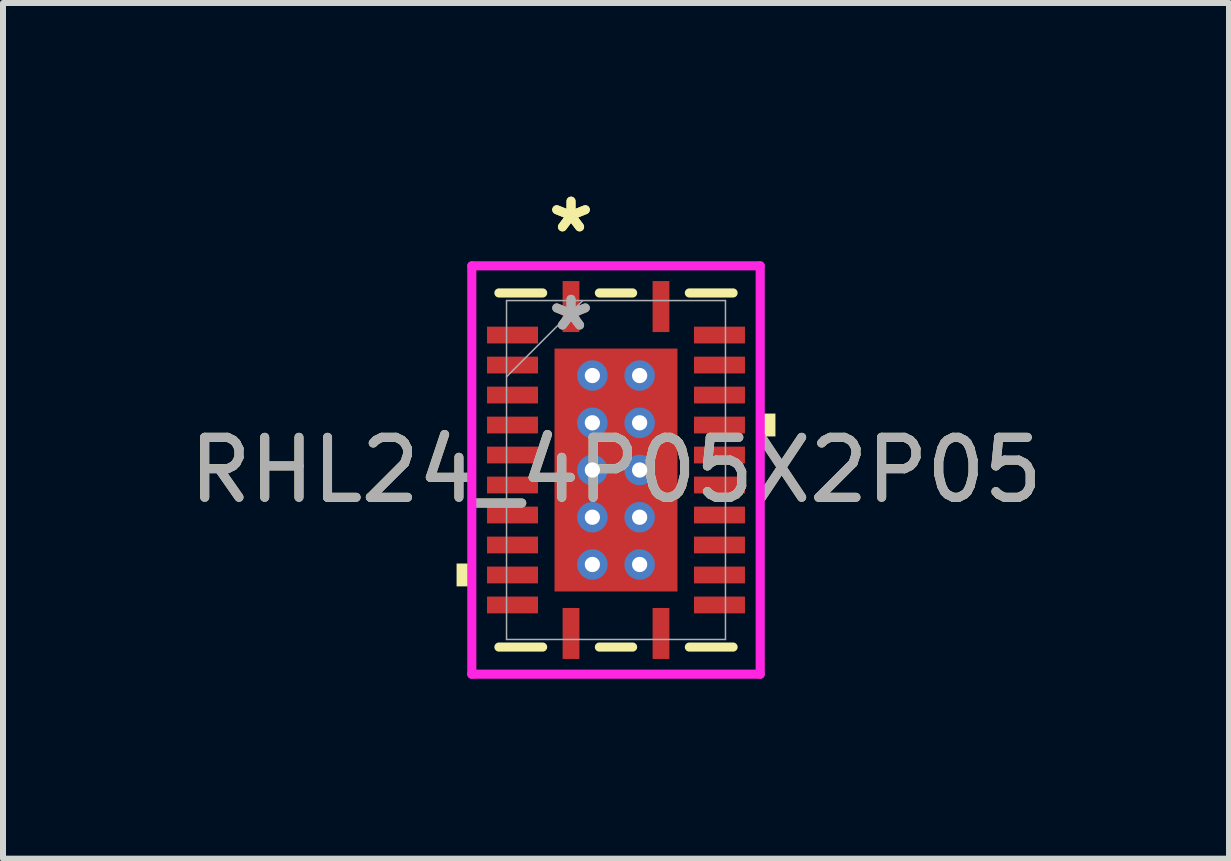
<source format=kicad_pcb>
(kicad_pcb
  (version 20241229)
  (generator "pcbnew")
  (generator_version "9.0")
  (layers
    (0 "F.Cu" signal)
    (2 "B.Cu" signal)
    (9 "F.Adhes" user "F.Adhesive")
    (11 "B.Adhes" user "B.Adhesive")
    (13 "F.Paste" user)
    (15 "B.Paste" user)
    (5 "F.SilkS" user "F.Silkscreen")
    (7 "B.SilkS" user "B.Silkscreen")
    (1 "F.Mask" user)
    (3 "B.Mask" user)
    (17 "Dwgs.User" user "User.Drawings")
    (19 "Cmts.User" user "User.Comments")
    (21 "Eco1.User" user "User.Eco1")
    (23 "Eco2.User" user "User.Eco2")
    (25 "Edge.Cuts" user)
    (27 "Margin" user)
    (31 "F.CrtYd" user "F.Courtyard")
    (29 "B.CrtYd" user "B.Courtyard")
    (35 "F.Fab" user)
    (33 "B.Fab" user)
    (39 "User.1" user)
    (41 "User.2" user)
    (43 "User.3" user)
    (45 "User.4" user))
  (footprint "RHL24_4P05X2P05"
    (layer "F.Cu")
    (at 7.22 4.786)
    (property "Reference" "RHL24_4P05X2P05" (at 0 0 0) (unlocked yes) (layer "F.SilkS") (effects (font (size 1 1) (thickness 0.15))))
    (attr smd)
    (fp_poly (pts (xy -2.22 -2.46) (xy -2.22 -2.04) (xy -1.23 -2.04) (xy -1.23 -2.46)) (stroke (width 0) (type solid)) (fill yes) (layer "F.Mask"))
    (fp_poly (pts (xy -2.22 -1.96) (xy -2.22 -1.54) (xy -1.23 -1.54) (xy -1.23 -1.96)) (stroke (width 0) (type solid)) (fill yes) (layer "F.Mask"))
    (fp_poly (pts (xy -2.22 -1.46) (xy -2.22 -1.04) (xy -1.23 -1.04) (xy -1.23 -1.46)) (stroke (width 0) (type solid)) (fill yes) (layer "F.Mask"))
    (fp_poly (pts (xy -2.22 -0.96) (xy -2.22 -0.54) (xy -1.23 -0.54) (xy -1.23 -0.96)) (stroke (width 0) (type solid)) (fill yes) (layer "F.Mask"))
    (fp_poly (pts (xy -2.22 -0.46) (xy -2.22 -0.04) (xy -1.23 -0.04) (xy -1.23 -0.46)) (stroke (width 0) (type solid)) (fill yes) (layer "F.Mask"))
    (fp_poly (pts (xy -2.22 0.04) (xy -2.22 0.46) (xy -1.23 0.46) (xy -1.23 0.04)) (stroke (width 0) (type solid)) (fill yes) (layer "F.Mask"))
    (fp_poly (pts (xy -2.22 0.54) (xy -2.22 0.96) (xy -1.23 0.96) (xy -1.23 0.54)) (stroke (width 0) (type solid)) (fill yes) (layer "F.Mask"))
    (fp_poly (pts (xy -2.22 1.04) (xy -2.22 1.46) (xy -1.23 1.46) (xy -1.23 1.04)) (stroke (width 0) (type solid)) (fill yes) (layer "F.Mask"))
    (fp_poly (pts (xy -2.22 1.54) (xy -2.22 1.96) (xy -1.23 1.96) (xy -1.23 1.54)) (stroke (width 0) (type solid)) (fill yes) (layer "F.Mask"))
    (fp_poly (pts (xy -2.22 2.04) (xy -2.22 2.46) (xy -1.23 2.46) (xy -1.23 2.04)) (stroke (width 0) (type solid)) (fill yes) (layer "F.Mask"))
    (fp_poly (pts (xy -1.089 -2.088) (xy -0.594 -2.088) (xy -0.594 2.088) (xy -1.089 2.088)) (stroke (width 0) (type solid)) (fill yes) (layer "F.Mask"))
    (fp_poly (pts (xy -1.089 -2.088) (xy 1.089 -2.088) (xy 1.089 -1.775) (xy -1.089 -1.775)) (stroke (width 0) (type solid)) (fill yes) (layer "F.Mask"))
    (fp_poly (pts (xy -1.089 -1.375) (xy 1.089 -1.375) (xy 1.089 -0.987) (xy -1.089 -0.987)) (stroke (width 0) (type solid)) (fill yes) (layer "F.Mask"))
    (fp_poly (pts (xy -1.089 -0.587) (xy 1.089 -0.587) (xy 1.089 -0.2) (xy -1.089 -0.2)) (stroke (width 0) (type solid)) (fill yes) (layer "F.Mask"))
    (fp_poly (pts (xy -1.089 0.2) (xy 1.089 0.2) (xy 1.089 0.587) (xy -1.089 0.587)) (stroke (width 0) (type solid)) (fill yes) (layer "F.Mask"))
    (fp_poly (pts (xy -1.089 0.987) (xy 1.089 0.987) (xy 1.089 1.375) (xy -1.089 1.375)) (stroke (width 0) (type solid)) (fill yes) (layer "F.Mask"))
    (fp_poly (pts (xy -1.089 1.775) (xy 1.089 1.775) (xy 1.089 2.088) (xy -1.089 2.088)) (stroke (width 0) (type solid)) (fill yes) (layer "F.Mask"))
    (fp_poly (pts (xy -0.96 -3.22) (xy -0.96 -2.23) (xy -0.54 -2.23) (xy -0.54 -3.22)) (stroke (width 0) (type solid)) (fill yes) (layer "F.Mask"))
    (fp_poly (pts (xy -0.96 2.23) (xy -0.96 3.22) (xy -0.54 3.22) (xy -0.54 2.23)) (stroke (width 0) (type solid)) (fill yes) (layer "F.Mask"))
    (fp_poly (pts (xy 0.194 -2.088) (xy -0.194 -2.088) (xy -0.194 2.088) (xy 0.194 2.088)) (stroke (width 0) (type solid)) (fill yes) (layer "F.Mask"))
    (fp_poly (pts (xy 0.54 -3.22) (xy 0.54 -2.23) (xy 0.96 -2.23) (xy 0.96 -3.22)) (stroke (width 0) (type solid)) (fill yes) (layer "F.Mask"))
    (fp_poly (pts (xy 0.54 2.23) (xy 0.54 3.22) (xy 0.96 3.22) (xy 0.96 2.23)) (stroke (width 0) (type solid)) (fill yes) (layer "F.Mask"))
    (fp_poly (pts (xy 0.594 -2.088) (xy 1.089 -2.088) (xy 1.089 2.088) (xy 0.594 2.088)) (stroke (width 0) (type solid)) (fill yes) (layer "F.Mask"))
    (fp_poly (pts (xy 1.23 -2.46) (xy 1.23 -2.04) (xy 2.22 -2.04) (xy 2.22 -2.46)) (stroke (width 0) (type solid)) (fill yes) (layer "F.Mask"))
    (fp_poly (pts (xy 1.23 -1.96) (xy 1.23 -1.54) (xy 2.22 -1.54) (xy 2.22 -1.96)) (stroke (width 0) (type solid)) (fill yes) (layer "F.Mask"))
    (fp_poly (pts (xy 1.23 -1.46) (xy 1.23 -1.04) (xy 2.22 -1.04) (xy 2.22 -1.46)) (stroke (width 0) (type solid)) (fill yes) (layer "F.Mask"))
    (fp_poly (pts (xy 1.23 -0.96) (xy 1.23 -0.54) (xy 2.22 -0.54) (xy 2.22 -0.96)) (stroke (width 0) (type solid)) (fill yes) (layer "F.Mask"))
    (fp_poly (pts (xy 1.23 -0.46) (xy 1.23 -0.04) (xy 2.22 -0.04) (xy 2.22 -0.46)) (stroke (width 0) (type solid)) (fill yes) (layer "F.Mask"))
    (fp_poly (pts (xy 1.23 0.04) (xy 1.23 0.46) (xy 2.22 0.46) (xy 2.22 0.04)) (stroke (width 0) (type solid)) (fill yes) (layer "F.Mask"))
    (fp_poly (pts (xy 1.23 0.54) (xy 1.23 0.96) (xy 2.22 0.96) (xy 2.22 0.54)) (stroke (width 0) (type solid)) (fill yes) (layer "F.Mask"))
    (fp_poly (pts (xy 1.23 1.04) (xy 1.23 1.46) (xy 2.22 1.46) (xy 2.22 1.04)) (stroke (width 0) (type solid)) (fill yes) (layer "F.Mask"))
    (fp_poly (pts (xy 1.23 1.54) (xy 1.23 1.96) (xy 2.22 1.96) (xy 2.22 1.54)) (stroke (width 0) (type solid)) (fill yes) (layer "F.Mask"))
    (fp_poly (pts (xy 1.23 2.04) (xy 1.23 2.46) (xy 2.22 2.46) (xy 2.22 2.04)) (stroke (width 0) (type solid)) (fill yes) (layer "F.Mask"))
    (fp_poly (pts (xy 0.375 -2.025) (xy 0.375 -3.15) (xy 0.16 -3.15) (xy 0.16 -2.425) (xy -0.16 -2.425) (xy -0.16 -3.15) (xy -0.375 -3.15) (xy -0.375 -2.025)) (stroke (width 0) (type solid)) (fill yes) (layer "F.Mask"))
    (fp_poly (pts (xy 0.375 -2.025) (xy 0.375 -3.15) (xy 0.16 -3.15) (xy 0.16 -2.425) (xy -0.16 -2.425) (xy -0.16 -3.15) (xy -0.375 -3.15) (xy -0.375 -2.025)) (stroke (width 0) (type solid)) (fill yes) (layer "F.Mask"))
    (fp_poly (pts (xy 0.375 2.025) (xy 0.375 3.15) (xy 0.16 3.15) (xy 0.16 2.425) (xy -0.16 2.425) (xy -0.16 3.15) (xy -0.375 3.15) (xy -0.375 2.025)) (stroke (width 0) (type solid)) (fill yes) (layer "F.Mask"))
    (fp_poly (pts (xy 0.375 2.025) (xy 0.375 3.15) (xy 0.16 3.15) (xy 0.16 2.425) (xy -0.16 2.425) (xy -0.16 3.15) (xy -0.375 3.15) (xy -0.375 2.025)) (stroke (width 0) (type solid)) (fill yes) (layer "F.Mask"))
    (fp_line (start -1.952 2.952) (end -1.223 2.952) (stroke (width 0.152) (type solid)) (layer "F.SilkS"))
    (fp_line (start -1.223 -2.952) (end -1.952 -2.952) (stroke (width 0.152) (type solid)) (layer "F.SilkS"))
    (fp_line (start -0.277 2.952) (end 0.277 2.952) (stroke (width 0.152) (type solid)) (layer "F.SilkS"))
    (fp_line (start 0.277 -2.952) (end -0.277 -2.952) (stroke (width 0.152) (type solid)) (layer "F.SilkS"))
    (fp_line (start 1.223 2.952) (end 1.952 2.952) (stroke (width 0.152) (type solid)) (layer "F.SilkS"))
    (fp_line (start 1.952 -2.952) (end 1.223 -2.952) (stroke (width 0.152) (type solid)) (layer "F.SilkS"))
    (fp_poly (pts (xy -2.658 1.559) (xy -2.658 1.94) (xy -2.404 1.94) (xy -2.404 1.559)) (stroke (width 0) (type solid)) (fill yes) (layer "F.SilkS"))
    (fp_poly (pts (xy 2.658 -0.941) (xy 2.658 -0.56) (xy 2.404 -0.56) (xy 2.404 -0.941)) (stroke (width 0) (type solid)) (fill yes) (layer "F.SilkS"))
    (fp_poly (pts (xy -2.125 -2.365) (xy -2.125 -2.135) (xy -1.325 -2.135) (xy -1.325 -2.365)) (stroke (width 0) (type solid)) (fill yes) (layer "F.Paste"))
    (fp_poly (pts (xy -2.125 -1.865) (xy -2.125 -1.635) (xy -1.325 -1.635) (xy -1.325 -1.865)) (stroke (width 0) (type solid)) (fill yes) (layer "F.Paste"))
    (fp_poly (pts (xy -2.125 -1.365) (xy -2.125 -1.135) (xy -1.325 -1.135) (xy -1.325 -1.365)) (stroke (width 0) (type solid)) (fill yes) (layer "F.Paste"))
    (fp_poly (pts (xy -2.125 -0.865) (xy -2.125 -0.635) (xy -1.325 -0.635) (xy -1.325 -0.865)) (stroke (width 0) (type solid)) (fill yes) (layer "F.Paste"))
    (fp_poly (pts (xy -2.125 -0.365) (xy -2.125 -0.135) (xy -1.325 -0.135) (xy -1.325 -0.365)) (stroke (width 0) (type solid)) (fill yes) (layer "F.Paste"))
    (fp_poly (pts (xy -2.125 0.135) (xy -2.125 0.365) (xy -1.325 0.365) (xy -1.325 0.135)) (stroke (width 0) (type solid)) (fill yes) (layer "F.Paste"))
    (fp_poly (pts (xy -2.125 0.635) (xy -2.125 0.865) (xy -1.325 0.865) (xy -1.325 0.635)) (stroke (width 0) (type solid)) (fill yes) (layer "F.Paste"))
    (fp_poly (pts (xy -2.125 1.135) (xy -2.125 1.365) (xy -1.325 1.365) (xy -1.325 1.135)) (stroke (width 0) (type solid)) (fill yes) (layer "F.Paste"))
    (fp_poly (pts (xy -2.125 1.635) (xy -2.125 1.865) (xy -1.325 1.865) (xy -1.325 1.635)) (stroke (width 0) (type solid)) (fill yes) (layer "F.Paste"))
    (fp_poly (pts (xy -2.125 2.135) (xy -2.125 2.365) (xy -1.325 2.365) (xy -1.325 2.135)) (stroke (width 0) (type solid)) (fill yes) (layer "F.Paste"))
    (fp_poly (pts (xy -0.865 -3.125) (xy -0.865 -2.325) (xy -0.635 -2.325) (xy -0.635 -3.125)) (stroke (width 0) (type solid)) (fill yes) (layer "F.Paste"))
    (fp_poly (pts (xy -0.865 2.325) (xy -0.865 3.125) (xy -0.635 3.125) (xy -0.635 2.325)) (stroke (width 0) (type solid)) (fill yes) (layer "F.Paste"))
    (fp_poly (pts (xy -0.16 -2.425) (xy -0.16 -3.15) (xy -0.375 -3.15) (xy -0.375 -2.425)) (stroke (width 0) (type solid)) (fill yes) (layer "F.Paste"))
    (fp_poly (pts (xy -0.16 2.425) (xy -0.16 3.15) (xy -0.375 3.15) (xy -0.375 2.425)) (stroke (width 0) (type solid)) (fill yes) (layer "F.Paste"))
    (fp_poly (pts (xy 0.375 -2.425) (xy 0.375 -3.15) (xy 0.16 -3.15) (xy 0.16 -2.425)) (stroke (width 0) (type solid)) (fill yes) (layer "F.Paste"))
    (fp_poly (pts (xy 0.375 2.425) (xy 0.375 3.15) (xy 0.16 3.15) (xy 0.16 2.425)) (stroke (width 0) (type solid)) (fill yes) (layer "F.Paste"))
    (fp_poly (pts (xy 0.635 -3.125) (xy 0.635 -2.325) (xy 0.865 -2.325) (xy 0.865 -3.125)) (stroke (width 0) (type solid)) (fill yes) (layer "F.Paste"))
    (fp_poly (pts (xy 0.635 2.325) (xy 0.635 3.125) (xy 0.865 3.125) (xy 0.865 2.325)) (stroke (width 0) (type solid)) (fill yes) (layer "F.Paste"))
    (fp_poly (pts (xy 1.325 -2.365) (xy 1.325 -2.135) (xy 2.125 -2.135) (xy 2.125 -2.365)) (stroke (width 0) (type solid)) (fill yes) (layer "F.Paste"))
    (fp_poly (pts (xy 1.325 -1.865) (xy 1.325 -1.635) (xy 2.125 -1.635) (xy 2.125 -1.865)) (stroke (width 0) (type solid)) (fill yes) (layer "F.Paste"))
    (fp_poly (pts (xy 1.325 -1.365) (xy 1.325 -1.135) (xy 2.125 -1.135) (xy 2.125 -1.365)) (stroke (width 0) (type solid)) (fill yes) (layer "F.Paste"))
    (fp_poly (pts (xy 1.325 -0.865) (xy 1.325 -0.635) (xy 2.125 -0.635) (xy 2.125 -0.865)) (stroke (width 0) (type solid)) (fill yes) (layer "F.Paste"))
    (fp_poly (pts (xy 1.325 -0.365) (xy 1.325 -0.135) (xy 2.125 -0.135) (xy 2.125 -0.365)) (stroke (width 0) (type solid)) (fill yes) (layer "F.Paste"))
    (fp_poly (pts (xy 1.325 0.135) (xy 1.325 0.365) (xy 2.125 0.365) (xy 2.125 0.135)) (stroke (width 0) (type solid)) (fill yes) (layer "F.Paste"))
    (fp_poly (pts (xy 1.325 0.635) (xy 1.325 0.865) (xy 2.125 0.865) (xy 2.125 0.635)) (stroke (width 0) (type solid)) (fill yes) (layer "F.Paste"))
    (fp_poly (pts (xy 1.325 1.135) (xy 1.325 1.365) (xy 2.125 1.365) (xy 2.125 1.135)) (stroke (width 0) (type solid)) (fill yes) (layer "F.Paste"))
    (fp_poly (pts (xy 1.325 1.635) (xy 1.325 1.865) (xy 2.125 1.865) (xy 2.125 1.635)) (stroke (width 0) (type solid)) (fill yes) (layer "F.Paste"))
    (fp_poly (pts (xy 1.325 2.135) (xy 1.325 2.365) (xy 2.125 2.365) (xy 2.125 2.135)) (stroke (width 0) (type solid)) (fill yes) (layer "F.Paste"))
    (fp_poly (pts (xy -0.95 -1.95) (xy -0.95 -1.675) (xy -0.635 -1.675) (xy -0.494 -1.816) (xy -0.494 -1.95)) (stroke (width 0) (type solid)) (fill yes) (layer "F.Paste"))
    (fp_poly (pts (xy -0.95 1.675) (xy -0.95 1.95) (xy -0.494 1.95) (xy -0.494 1.816) (xy -0.635 1.675)) (stroke (width 0) (type solid)) (fill yes) (layer "F.Paste"))
    (fp_poly (pts (xy 0.494 -1.95) (xy 0.494 -1.816) (xy 0.635 -1.675) (xy 0.95 -1.675) (xy 0.95 -1.95)) (stroke (width 0) (type solid)) (fill yes) (layer "F.Paste"))
    (fp_poly (pts (xy 0.635 1.675) (xy 0.494 1.816) (xy 0.494 1.95) (xy 0.95 1.95) (xy 0.95 1.675)) (stroke (width 0) (type solid)) (fill yes) (layer "F.Paste"))
    (fp_poly (pts (xy -0.95 -1.475) (xy -0.95 -0.887) (xy -0.635 -0.887) (xy -0.494 -1.029) (xy -0.494 -1.333) (xy -0.635 -1.475)) (stroke (width 0) (type solid)) (fill yes) (layer "F.Paste"))
    (fp_poly (pts (xy -0.95 -0.687) (xy -0.95 -0.1) (xy -0.635 -0.1) (xy -0.494 -0.241) (xy -0.494 -0.546) (xy -0.635 -0.687)) (stroke (width 0) (type solid)) (fill yes) (layer "F.Paste"))
    (fp_poly (pts (xy -0.95 0.1) (xy -0.95 0.687) (xy -0.635 0.687) (xy -0.494 0.546) (xy -0.494 0.241) (xy -0.635 0.1)) (stroke (width 0) (type solid)) (fill yes) (layer "F.Paste"))
    (fp_poly (pts (xy -0.95 0.887) (xy -0.95 1.475) (xy -0.635 1.475) (xy -0.494 1.333) (xy -0.494 1.029) (xy -0.635 0.887)) (stroke (width 0) (type solid)) (fill yes) (layer "F.Paste"))
    (fp_poly (pts (xy -0.294 -1.95) (xy -0.294 -1.816) (xy -0.152 -1.675) (xy 0.152 -1.675) (xy 0.294 -1.816) (xy 0.294 -1.95)) (stroke (width 0) (type solid)) (fill yes) (layer "F.Paste"))
    (fp_poly (pts (xy -0.152 1.675) (xy -0.294 1.816) (xy -0.294 1.95) (xy 0.294 1.95) (xy 0.294 1.816) (xy 0.152 1.675)) (stroke (width 0) (type solid)) (fill yes) (layer "F.Paste"))
    (fp_poly (pts (xy 0.635 -1.475) (xy 0.494 -1.333) (xy 0.494 -1.029) (xy 0.635 -0.887) (xy 0.95 -0.887) (xy 0.95 -1.475)) (stroke (width 0) (type solid)) (fill yes) (layer "F.Paste"))
    (fp_poly (pts (xy 0.635 -0.687) (xy 0.494 -0.546) (xy 0.494 -0.241) (xy 0.635 -0.1) (xy 0.95 -0.1) (xy 0.95 -0.687)) (stroke (width 0) (type solid)) (fill yes) (layer "F.Paste"))
    (fp_poly (pts (xy 0.635 0.1) (xy 0.494 0.241) (xy 0.494 0.546) (xy 0.635 0.687) (xy 0.95 0.687) (xy 0.95 0.1)) (stroke (width 0) (type solid)) (fill yes) (layer "F.Paste"))
    (fp_poly (pts (xy 0.635 0.887) (xy 0.494 1.029) (xy 0.494 1.333) (xy 0.635 1.475) (xy 0.95 1.475) (xy 0.95 0.887)) (stroke (width 0) (type solid)) (fill yes) (layer "F.Paste"))
    (fp_poly (pts (xy -0.152 -1.475) (xy -0.294 -1.333) (xy -0.294 -1.029) (xy -0.152 -0.887) (xy 0.152 -0.887) (xy 0.294 -1.029) (xy 0.294 -1.333) (xy 0.152 -1.475)) (stroke (width 0) (type solid)) (fill yes) (layer "F.Paste"))
    (fp_poly (pts (xy -0.152 -0.687) (xy -0.294 -0.546) (xy -0.294 -0.241) (xy -0.152 -0.1) (xy 0.152 -0.1) (xy 0.294 -0.241) (xy 0.294 -0.546) (xy 0.152 -0.687)) (stroke (width 0) (type solid)) (fill yes) (layer "F.Paste"))
    (fp_poly (pts (xy -0.152 0.1) (xy -0.294 0.241) (xy -0.294 0.546) (xy -0.152 0.687) (xy 0.152 0.687) (xy 0.294 0.546) (xy 0.294 0.241) (xy 0.152 0.1)) (stroke (width 0) (type solid)) (fill yes) (layer "F.Paste"))
    (fp_poly (pts (xy -0.152 0.887) (xy -0.294 1.029) (xy -0.294 1.333) (xy -0.152 1.475) (xy 0.152 1.475) (xy 0.294 1.333) (xy 0.294 1.029) (xy 0.152 0.887)) (stroke (width 0) (type solid)) (fill yes) (layer "F.Paste"))
    (fp_line (start -2.404 -3.404) (end 2.404 -3.404) (stroke (width 0.152) (type solid)) (layer "F.CrtYd"))
    (fp_line (start -2.404 3.404) (end -2.404 -3.404) (stroke (width 0.152) (type solid)) (layer "F.CrtYd"))
    (fp_line (start 2.404 -3.404) (end 2.404 3.404) (stroke (width 0.152) (type solid)) (layer "F.CrtYd"))
    (fp_line (start 2.404 3.404) (end -2.404 3.404) (stroke (width 0.152) (type solid)) (layer "F.CrtYd"))
    (fp_line (start -1.825 -2.825) (end -1.825 2.825) (stroke (width 0.025) (type solid)) (layer "F.Fab"))
    (fp_line (start -1.825 -1.555) (end -0.555 -2.825) (stroke (width 0.025) (type solid)) (layer "F.Fab"))
    (fp_line (start -1.825 2.825) (end 1.825 2.825) (stroke (width 0.025) (type solid)) (layer "F.Fab"))
    (fp_line (start 1.825 -2.825) (end -1.825 -2.825) (stroke (width 0.025) (type solid)) (layer "F.Fab"))
    (fp_line (start 1.825 2.825) (end 1.825 -2.825) (stroke (width 0.025) (type solid)) (layer "F.Fab"))
    (fp_text user "*" (at -0.75 -3.937 0) (layer "F.SilkS") (effects (font (size 1 1) (thickness 0.15))))
    (fp_text user "*" (at -0.75 -3.937 0) (unlocked yes) (layer "F.SilkS") (effects (font (size 1 1) (thickness 0.15))))
    (fp_text user "*" (at -0.75 -2.3 0) (unlocked yes) (layer "F.Fab") (effects (font (size 1 1) (thickness 0.15))))
    (fp_text user "${REFERENCE}" (at 0 0 0) (unlocked yes) (layer "F.Fab") (effects (font (size 1 1) (thickness 0.15))))
    (fp_text user "*" (at -0.75 -2.3 0) (layer "F.Fab") (effects (font (size 1 1) (thickness 0.15))))
    (pad "1" smd rect (at -0.75 -2.725) (size 0.28 0.85) (layers "F.Cu" "F.Mask"))
    (pad "2" smd rect (at -1.725 -2.25 90) (size 0.28 0.85) (layers "F.Cu" "F.Mask"))
    (pad "3" smd rect (at -1.725 -1.75 90) (size 0.28 0.85) (layers "F.Cu" "F.Mask"))
    (pad "4" smd rect (at -1.725 -1.25 90) (size 0.28 0.85) (layers "F.Cu" "F.Mask"))
    (pad "5" smd rect (at -1.725 -0.75 90) (size 0.28 0.85) (layers "F.Cu" "F.Mask"))
    (pad "6" smd rect (at -1.725 -0.25 90) (size 0.28 0.85) (layers "F.Cu" "F.Mask"))
    (pad "7" smd rect (at -1.725 0.25 90) (size 0.28 0.85) (layers "F.Cu" "F.Mask"))
    (pad "8" smd rect (at -1.725 0.75 90) (size 0.28 0.85) (layers "F.Cu" "F.Mask"))
    (pad "9" smd rect (at -1.725 1.25 90) (size 0.28 0.85) (layers "F.Cu" "F.Mask"))
    (pad "10" smd rect (at -1.725 1.75 90) (size 0.28 0.85) (layers "F.Cu" "F.Mask"))
    (pad "11" smd rect (at -1.725 2.25 90) (size 0.28 0.85) (layers "F.Cu" "F.Mask"))
    (pad "12" smd rect (at -0.75 2.725) (size 0.28 0.85) (layers "F.Cu" "F.Mask"))
    (pad "13" smd rect (at 0.75 2.725) (size 0.28 0.85) (layers "F.Cu" "F.Mask"))
    (pad "14" smd rect (at 1.725 2.25 90) (size 0.28 0.85) (layers "F.Cu" "F.Mask"))
    (pad "15" smd rect (at 1.725 1.75 90) (size 0.28 0.85) (layers "F.Cu" "F.Mask"))
    (pad "16" smd rect (at 1.725 1.25 90) (size 0.28 0.85) (layers "F.Cu" "F.Mask"))
    (pad "17" smd rect (at 1.725 0.75 90) (size 0.28 0.85) (layers "F.Cu" "F.Mask"))
    (pad "18" smd rect (at 1.725 0.25 90) (size 0.28 0.85) (layers "F.Cu" "F.Mask"))
    (pad "19" smd rect (at 1.725 -0.25 90) (size 0.28 0.85) (layers "F.Cu" "F.Mask"))
    (pad "20" smd rect (at 1.725 -0.75 90) (size 0.28 0.85) (layers "F.Cu" "F.Mask"))
    (pad "21" smd rect (at 1.725 -1.25 90) (size 0.28 0.85) (layers "F.Cu" "F.Mask"))
    (pad "22" smd rect (at 1.725 -1.75 90) (size 0.28 0.85) (layers "F.Cu" "F.Mask"))
    (pad "23" smd rect (at 1.725 -2.25 90) (size 0.28 0.85) (layers "F.Cu" "F.Mask"))
    (pad "24" smd rect (at 0.75 -2.725) (size 0.28 0.85) (layers "F.Cu" "F.Mask"))
    (pad "25" thru_hole circle (at -0.394 -1.575) (size 0.508 0.508) (drill 0.254) (layers "*.Cu" "*.Mask"))
    (pad "25" thru_hole circle (at -0.394 -0.787) (size 0.508 0.508) (drill 0.254) (layers "*.Cu" "*.Mask"))
    (pad "25" thru_hole circle (at -0.394 0) (size 0.508 0.508) (drill 0.254) (layers "*.Cu" "*.Mask"))
    (pad "25" thru_hole circle (at -0.394 0.787) (size 0.508 0.508) (drill 0.254) (layers "*.Cu" "*.Mask"))
    (pad "25" thru_hole circle (at -0.394 1.575) (size 0.508 0.508) (drill 0.254) (layers "*.Cu" "*.Mask"))
    (pad "25" smd rect (at 0 0) (size 2.05 4.05) (layers "F.Cu"))
    (pad "25" thru_hole circle (at 0.394 -1.575) (size 0.508 0.508) (drill 0.254) (layers "*.Cu" "*.Mask"))
    (pad "25" thru_hole circle (at 0.394 -0.787) (size 0.508 0.508) (drill 0.254) (layers "*.Cu" "*.Mask"))
    (pad "25" thru_hole circle (at 0.394 0) (size 0.508 0.508) (drill 0.254) (layers "*.Cu" "*.Mask"))
    (pad "25" thru_hole circle (at 0.394 0.787) (size 0.508 0.508) (drill 0.254) (layers "*.Cu" "*.Mask"))
    (pad "25" thru_hole circle (at 0.394 1.575) (size 0.508 0.508) (drill 0.254) (layers "*.Cu" "*.Mask")))
  (gr_rect
    (start -3 -3)
    (end 17.44 11.266)
    (stroke (width 0.1) (type default))
    (fill no)
    (layer "Edge.Cuts")))
</source>
